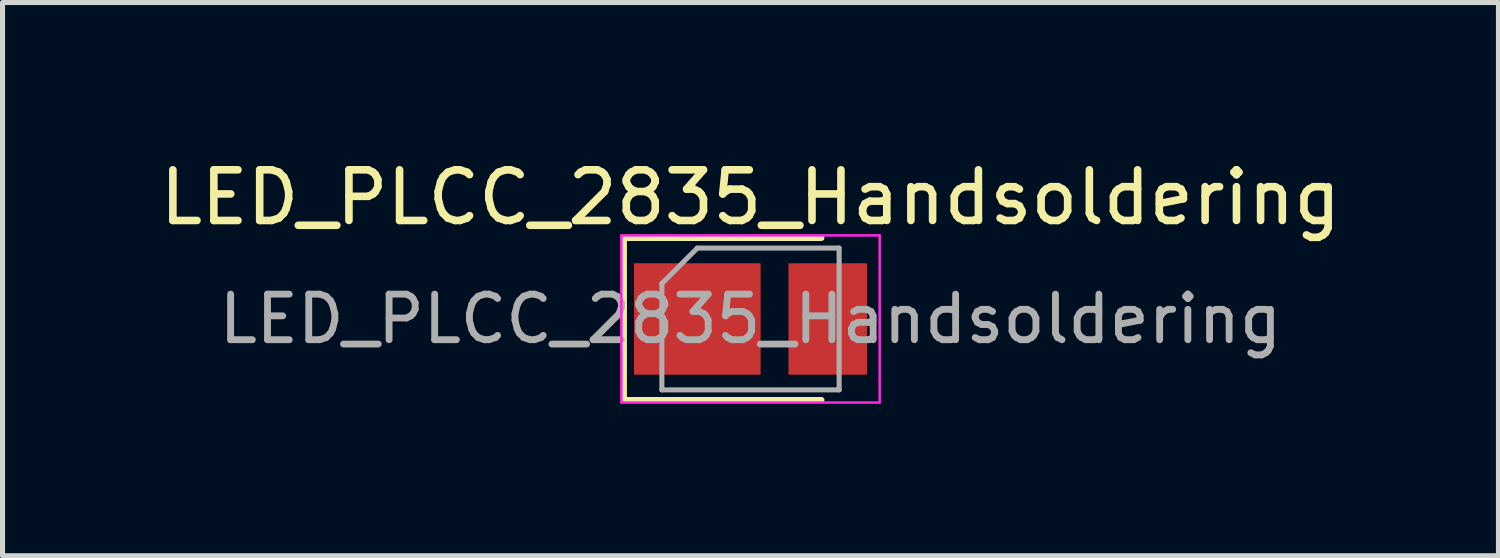
<source format=kicad_pcb>
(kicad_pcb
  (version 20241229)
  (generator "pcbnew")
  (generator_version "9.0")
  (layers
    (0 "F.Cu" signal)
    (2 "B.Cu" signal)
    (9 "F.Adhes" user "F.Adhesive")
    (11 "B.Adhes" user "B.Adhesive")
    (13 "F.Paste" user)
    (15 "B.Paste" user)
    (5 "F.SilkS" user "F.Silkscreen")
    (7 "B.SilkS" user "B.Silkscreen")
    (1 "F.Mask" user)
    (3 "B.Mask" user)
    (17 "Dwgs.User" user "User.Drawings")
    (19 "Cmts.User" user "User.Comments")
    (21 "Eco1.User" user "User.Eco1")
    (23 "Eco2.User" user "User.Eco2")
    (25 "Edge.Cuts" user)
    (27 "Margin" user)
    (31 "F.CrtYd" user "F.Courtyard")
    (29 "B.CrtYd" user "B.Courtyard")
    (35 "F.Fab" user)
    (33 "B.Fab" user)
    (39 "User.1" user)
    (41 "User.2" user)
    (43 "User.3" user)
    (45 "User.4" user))
  (footprint "LED_PLCC_2835_Handsoldering"
    (layer "F.Cu")
    (at 11.768 3.248)
    (property "Reference" "LED_PLCC_2835_Handsoldering" (at 0 -2.4 0) (layer "F.SilkS") (effects (font (size 1 1) (thickness 0.15))))
    (attr smd)
    (fp_line (start -2.5 -1.6) (end -2.5 1.6) (stroke (width 0.12) (type solid)) (layer "F.SilkS"))
    (fp_line (start 1.4 -1.6) (end -2.5 -1.6) (stroke (width 0.12) (type solid)) (layer "F.SilkS"))
    (fp_line (start 1.4 1.6) (end -2.5 1.6) (stroke (width 0.12) (type solid)) (layer "F.SilkS"))
    (fp_line (start -2.55 -1.65) (end 2.55 -1.65) (stroke (width 0.05) (type solid)) (layer "F.CrtYd"))
    (fp_line (start -2.55 1.65) (end -2.55 -1.65) (stroke (width 0.05) (type solid)) (layer "F.CrtYd"))
    (fp_line (start 2.55 -1.65) (end 2.55 1.65) (stroke (width 0.05) (type solid)) (layer "F.CrtYd"))
    (fp_line (start 2.55 1.65) (end -2.55 1.65) (stroke (width 0.05) (type solid)) (layer "F.CrtYd"))
    (fp_line (start -1.75 1.4) (end -1.75 -0.7) (stroke (width 0.1) (type solid)) (layer "F.Fab"))
    (fp_line (start -1.05 -1.4) (end -1.75 -0.7) (stroke (width 0.1) (type solid)) (layer "F.Fab"))
    (fp_line (start -1.05 -1.4) (end 1.75 -1.4) (stroke (width 0.1) (type solid)) (layer "F.Fab"))
    (fp_line (start 1.75 -1.4) (end 1.75 1.4) (stroke (width 0.1) (type solid)) (layer "F.Fab"))
    (fp_line (start 1.75 1.4) (end -1.75 1.4) (stroke (width 0.1) (type solid)) (layer "F.Fab"))
    (fp_text user "${REFERENCE}" (at 0 0 0) (layer "F.Fab") (effects (font (size 0.9 0.9) (thickness 0.135))))
    (pad "1" smd rect (at -1.05 0) (size 2.5 2.2) (layers "F.Cu" "F.Mask" "F.Paste"))
    (pad "2" smd rect (at 1.525 0) (size 1.55 2.2) (layers "F.Cu" "F.Mask" "F.Paste")))
  (gr_rect
    (start -3 -3)
    (end 26.536 7.923)
    (stroke (width 0.1) (type default))
    (fill no)
    (layer "Edge.Cuts")))
</source>
